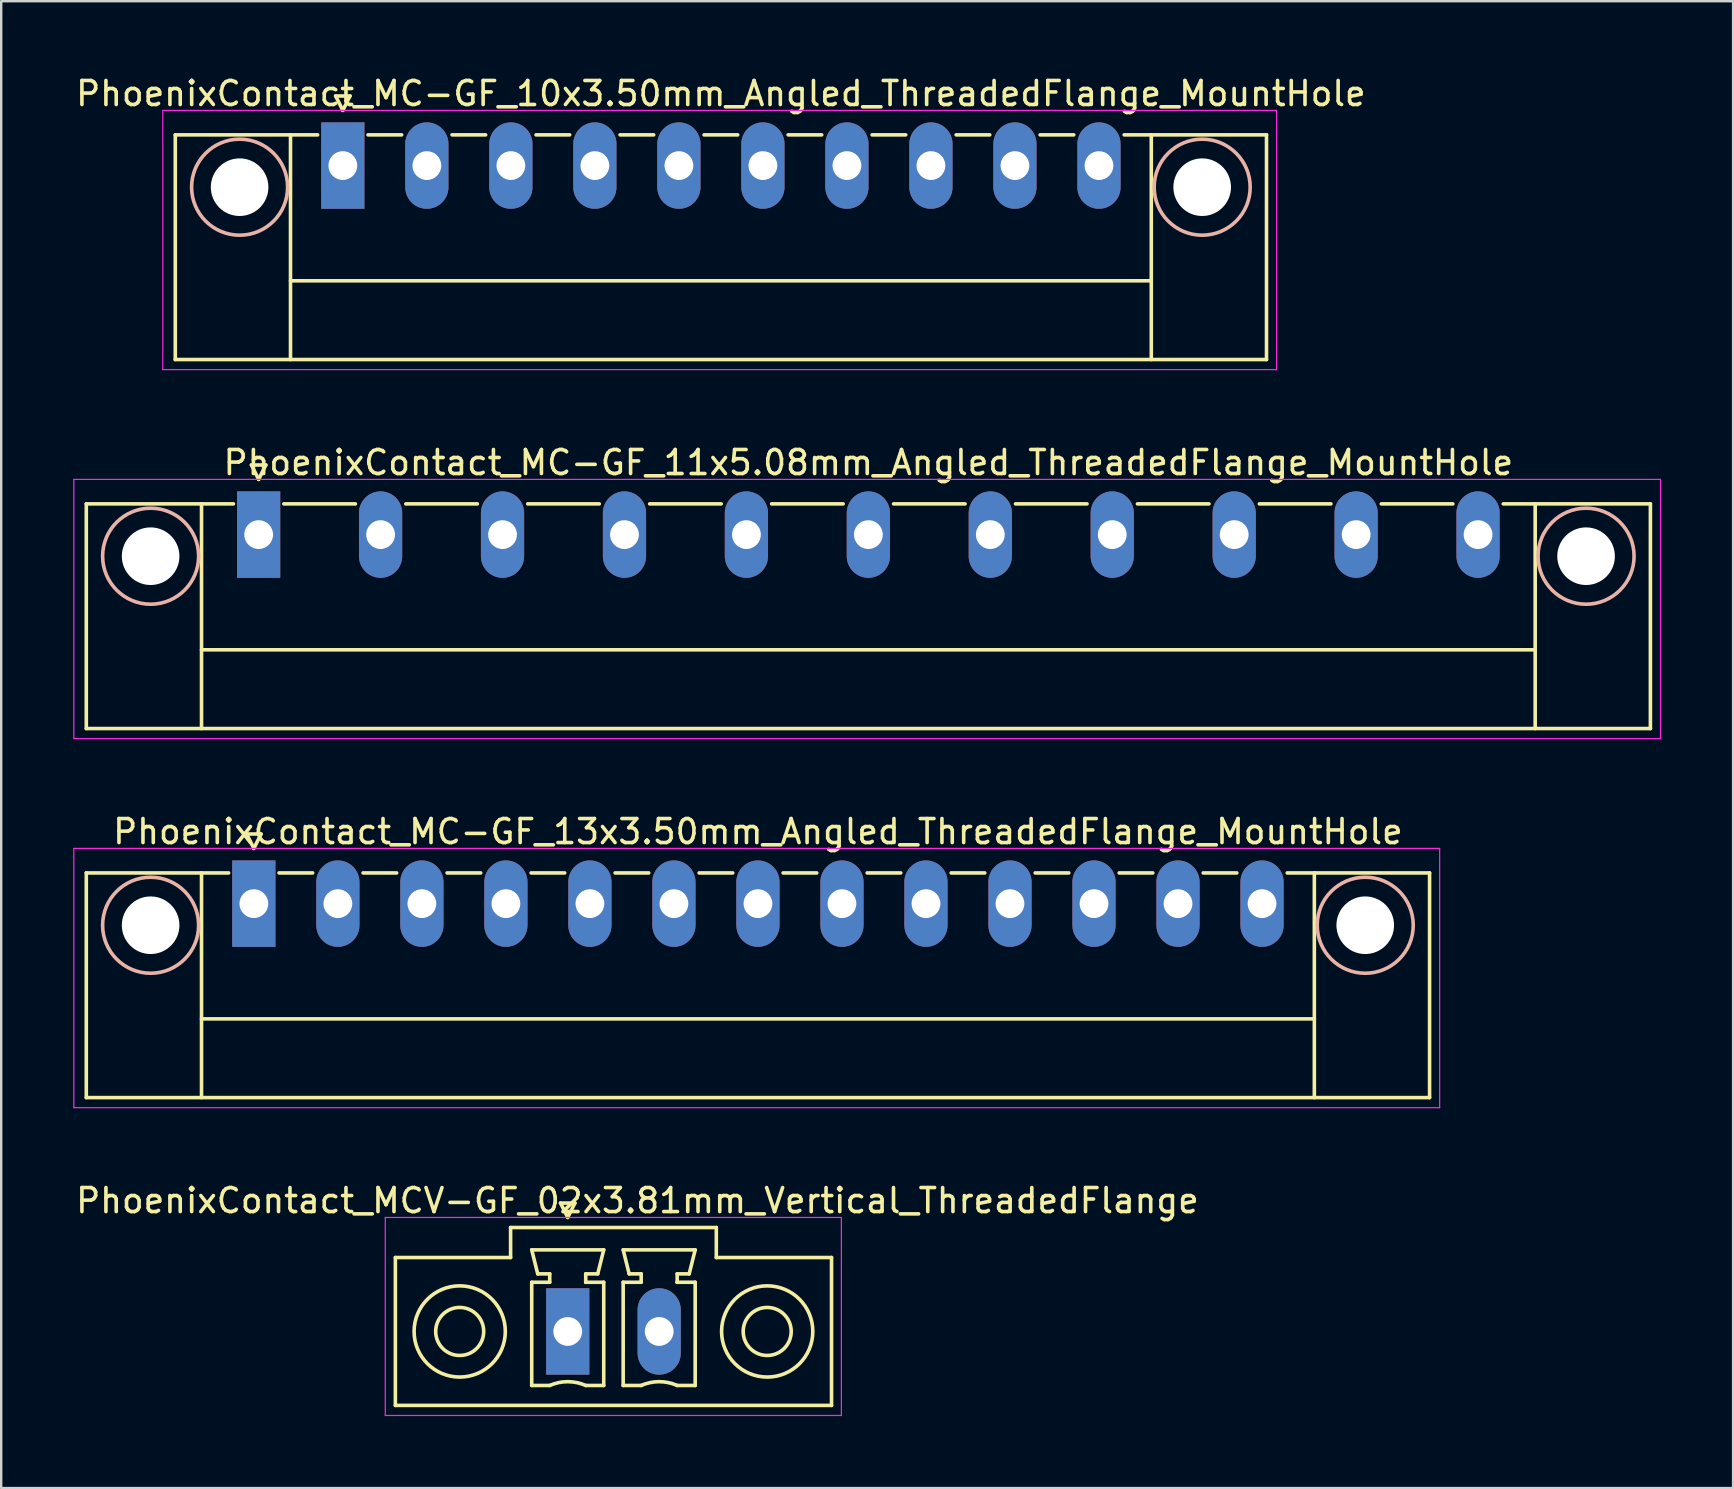
<source format=kicad_pcb>
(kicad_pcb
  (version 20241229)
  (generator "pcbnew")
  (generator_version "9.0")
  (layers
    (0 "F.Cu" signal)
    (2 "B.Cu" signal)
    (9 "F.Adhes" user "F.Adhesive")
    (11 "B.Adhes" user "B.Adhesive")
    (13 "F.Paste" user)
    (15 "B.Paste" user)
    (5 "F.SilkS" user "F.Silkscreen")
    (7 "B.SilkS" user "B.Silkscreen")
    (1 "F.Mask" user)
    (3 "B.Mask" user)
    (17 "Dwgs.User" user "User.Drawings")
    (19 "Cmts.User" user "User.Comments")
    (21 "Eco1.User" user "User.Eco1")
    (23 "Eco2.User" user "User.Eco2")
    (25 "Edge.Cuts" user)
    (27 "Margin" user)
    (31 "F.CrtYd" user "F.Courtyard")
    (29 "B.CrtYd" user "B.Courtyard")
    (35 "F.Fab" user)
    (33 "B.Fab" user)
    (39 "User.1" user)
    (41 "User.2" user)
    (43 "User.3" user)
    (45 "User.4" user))
  (footprint "PhoenixContact_MCV-GF_02x3.81mm_Vertical_ThreadedFlange"
    (layer "F.Cu")
    (at 20.601 52.418)
    (property "Reference" "PhoenixContact_MCV-GF_02x3.81mm_Vertical_ThreadedFlange" (at 2.905 -5.45 0) (layer "F.SilkS") (effects (font (size 1 1) (thickness 0.15))))
    (attr through_hole)
    (fp_line (start -7.18 -3.08) (end -7.18 3.08) (stroke (width 0.15) (type solid)) (layer "F.SilkS"))
    (fp_line (start -7.18 3.08) (end 10.99 3.08) (stroke (width 0.15) (type solid)) (layer "F.SilkS"))
    (fp_line (start -2.38 -4.33) (end -2.38 -3.08) (stroke (width 0.15) (type solid)) (layer "F.SilkS"))
    (fp_line (start -2.38 -3.08) (end -7.18 -3.08) (stroke (width 0.15) (type solid)) (layer "F.SilkS"))
    (fp_line (start -1.5 -3.4) (end 1.5 -3.4) (stroke (width 0.15) (type solid)) (layer "F.SilkS"))
    (fp_line (start -1.5 -2.05) (end -0.75 -2.05) (stroke (width 0.15) (type solid)) (layer "F.SilkS"))
    (fp_line (start -1.5 2.25) (end -1.5 -2.05) (stroke (width 0.15) (type solid)) (layer "F.SilkS"))
    (fp_line (start -1.25 -2.4) (end -1.5 -3.4) (stroke (width 0.15) (type solid)) (layer "F.SilkS"))
    (fp_line (start -0.75 -2.4) (end -1.25 -2.4) (stroke (width 0.15) (type solid)) (layer "F.SilkS"))
    (fp_line (start -0.75 -2.05) (end -0.75 -2.4) (stroke (width 0.15) (type solid)) (layer "F.SilkS"))
    (fp_line (start -0.75 2.25) (end -1.5 2.25) (stroke (width 0.15) (type solid)) (layer "F.SilkS"))
    (fp_line (start -0.3 -5.35) (end 0 -4.75) (stroke (width 0.15) (type solid)) (layer "F.SilkS"))
    (fp_line (start 0 -4.75) (end 0.3 -5.35) (stroke (width 0.15) (type solid)) (layer "F.SilkS"))
    (fp_line (start 0.3 -5.35) (end -0.3 -5.35) (stroke (width 0.15) (type solid)) (layer "F.SilkS"))
    (fp_line (start 0.75 -2.4) (end 0.75 -2.05) (stroke (width 0.15) (type solid)) (layer "F.SilkS"))
    (fp_line (start 0.75 -2.05) (end 0.75 -2.05) (stroke (width 0.15) (type solid)) (layer "F.SilkS"))
    (fp_line (start 0.75 -2.05) (end 1.5 -2.05) (stroke (width 0.15) (type solid)) (layer "F.SilkS"))
    (fp_line (start 1.25 -2.4) (end 0.75 -2.4) (stroke (width 0.15) (type solid)) (layer "F.SilkS"))
    (fp_line (start 1.5 -3.4) (end 1.25 -2.4) (stroke (width 0.15) (type solid)) (layer "F.SilkS"))
    (fp_line (start 1.5 -2.05) (end 1.5 2.25) (stroke (width 0.15) (type solid)) (layer "F.SilkS"))
    (fp_line (start 1.5 2.25) (end 0.75 2.25) (stroke (width 0.15) (type solid)) (layer "F.SilkS"))
    (fp_line (start 2.31 -3.4) (end 5.31 -3.4) (stroke (width 0.15) (type solid)) (layer "F.SilkS"))
    (fp_line (start 2.31 -2.05) (end 3.06 -2.05) (stroke (width 0.15) (type solid)) (layer "F.SilkS"))
    (fp_line (start 2.31 2.25) (end 2.31 -2.05) (stroke (width 0.15) (type solid)) (layer "F.SilkS"))
    (fp_line (start 2.56 -2.4) (end 2.31 -3.4) (stroke (width 0.15) (type solid)) (layer "F.SilkS"))
    (fp_line (start 3.06 -2.4) (end 2.56 -2.4) (stroke (width 0.15) (type solid)) (layer "F.SilkS"))
    (fp_line (start 3.06 -2.05) (end 3.06 -2.4) (stroke (width 0.15) (type solid)) (layer "F.SilkS"))
    (fp_line (start 3.06 2.25) (end 2.31 2.25) (stroke (width 0.15) (type solid)) (layer "F.SilkS"))
    (fp_line (start 4.56 -2.4) (end 4.56 -2.05) (stroke (width 0.15) (type solid)) (layer "F.SilkS"))
    (fp_line (start 4.56 -2.05) (end 4.56 -2.05) (stroke (width 0.15) (type solid)) (layer "F.SilkS"))
    (fp_line (start 4.56 -2.05) (end 5.31 -2.05) (stroke (width 0.15) (type solid)) (layer "F.SilkS"))
    (fp_line (start 5.06 -2.4) (end 4.56 -2.4) (stroke (width 0.15) (type solid)) (layer "F.SilkS"))
    (fp_line (start 5.31 -3.4) (end 5.06 -2.4) (stroke (width 0.15) (type solid)) (layer "F.SilkS"))
    (fp_line (start 5.31 -2.05) (end 5.31 2.25) (stroke (width 0.15) (type solid)) (layer "F.SilkS"))
    (fp_line (start 5.31 2.25) (end 4.56 2.25) (stroke (width 0.15) (type solid)) (layer "F.SilkS"))
    (fp_line (start 6.19 -4.33) (end -2.38 -4.33) (stroke (width 0.15) (type solid)) (layer "F.SilkS"))
    (fp_line (start 6.19 -3.08) (end 6.19 -4.33) (stroke (width 0.15) (type solid)) (layer "F.SilkS"))
    (fp_line (start 10.99 -3.08) (end 6.19 -3.08) (stroke (width 0.15) (type solid)) (layer "F.SilkS"))
    (fp_line (start 10.99 3.08) (end 10.99 -3.08) (stroke (width 0.15) (type solid)) (layer "F.SilkS"))
    (fp_arc (start -0.75 2.25) (mid -0.000193 2.09191) (end 0.749647 2.249844) (stroke (width 0.15) (type solid)) (layer "F.SilkS"))
    (fp_arc (start 3.06 2.25) (mid 3.809807 2.09191) (end 4.559647 2.249844) (stroke (width 0.15) (type solid)) (layer "F.SilkS"))
    (fp_circle (center -4.5 0) (end -3.5 0) (stroke (width 0.15) (type solid)) (fill no) (layer "F.SilkS"))
    (fp_circle (center -4.5 0) (end -2.6 0) (stroke (width 0.15) (type solid)) (fill no) (layer "F.SilkS"))
    (fp_circle (center 8.31 0) (end 9.31 0) (stroke (width 0.15) (type solid)) (fill no) (layer "F.SilkS"))
    (fp_circle (center 8.31 0) (end 10.21 0) (stroke (width 0.15) (type solid)) (fill no) (layer "F.SilkS"))
    (fp_line (start -7.6 -4.75) (end -7.6 3.5) (stroke (width 0.05) (type solid)) (layer "F.CrtYd"))
    (fp_line (start -7.6 3.5) (end 11.4 3.5) (stroke (width 0.05) (type solid)) (layer "F.CrtYd"))
    (fp_line (start 11.4 -4.75) (end -7.6 -4.75) (stroke (width 0.05) (type solid)) (layer "F.CrtYd"))
    (fp_line (start 11.4 3.5) (end 11.4 -4.75) (stroke (width 0.05) (type solid)) (layer "F.CrtYd"))
    (pad "1" thru_hole rect (at 0 0) (size 1.8 3.6) (drill 1.2) (layers "*.Cu" "*.Mask"))
    (pad "2" thru_hole oval (at 3.81 0) (size 1.8 3.6) (drill 1.2) (layers "*.Cu" "*.Mask")))
  (footprint "PhoenixContact_MC-GF_10x3.50mm_Angled_ThreadedFlange_MountHole"
    (layer "F.Cu")
    (at 11.232 3.848)
    (property "Reference" "PhoenixContact_MC-GF_10x3.50mm_Angled_ThreadedFlange_MountHole" (at 15.75 -3 0) (layer "F.SilkS") (effects (font (size 1 1) (thickness 0.15))))
    (attr through_hole)
    (fp_line (start -6.98 -1.28) (end -6.98 8.08) (stroke (width 0.15) (type solid)) (layer "F.SilkS"))
    (fp_line (start -6.98 -1.28) (end -1.05 -1.28) (stroke (width 0.15) (type solid)) (layer "F.SilkS"))
    (fp_line (start -6.98 8.08) (end 38.48 8.08) (stroke (width 0.15) (type solid)) (layer "F.SilkS"))
    (fp_line (start -2.18 -1.28) (end -2.18 8.08) (stroke (width 0.15) (type solid)) (layer "F.SilkS"))
    (fp_line (start -2.18 4.8) (end 33.68 4.8) (stroke (width 0.15) (type solid)) (layer "F.SilkS"))
    (fp_line (start -0.3 -2.9) (end 0 -2.3) (stroke (width 0.15) (type solid)) (layer "F.SilkS"))
    (fp_line (start 0 -2.3) (end 0.3 -2.9) (stroke (width 0.15) (type solid)) (layer "F.SilkS"))
    (fp_line (start 0.3 -2.9) (end -0.3 -2.9) (stroke (width 0.15) (type solid)) (layer "F.SilkS"))
    (fp_line (start 1.05 -1.28) (end 2.45 -1.28) (stroke (width 0.15) (type solid)) (layer "F.SilkS"))
    (fp_line (start 4.55 -1.28) (end 5.95 -1.28) (stroke (width 0.15) (type solid)) (layer "F.SilkS"))
    (fp_line (start 8.05 -1.28) (end 9.45 -1.28) (stroke (width 0.15) (type solid)) (layer "F.SilkS"))
    (fp_line (start 11.55 -1.28) (end 12.95 -1.28) (stroke (width 0.15) (type solid)) (layer "F.SilkS"))
    (fp_line (start 15.05 -1.28) (end 16.45 -1.28) (stroke (width 0.15) (type solid)) (layer "F.SilkS"))
    (fp_line (start 18.55 -1.28) (end 19.95 -1.28) (stroke (width 0.15) (type solid)) (layer "F.SilkS"))
    (fp_line (start 22.05 -1.28) (end 23.45 -1.28) (stroke (width 0.15) (type solid)) (layer "F.SilkS"))
    (fp_line (start 25.55 -1.28) (end 26.95 -1.28) (stroke (width 0.15) (type solid)) (layer "F.SilkS"))
    (fp_line (start 29.05 -1.28) (end 30.45 -1.28) (stroke (width 0.15) (type solid)) (layer "F.SilkS"))
    (fp_line (start 33.68 -1.28) (end 33.68 8.08) (stroke (width 0.15) (type solid)) (layer "F.SilkS"))
    (fp_line (start 38.48 -1.28) (end 32.55 -1.28) (stroke (width 0.15) (type solid)) (layer "F.SilkS"))
    (fp_line (start 38.48 8.08) (end 38.48 -1.28) (stroke (width 0.15) (type solid)) (layer "F.SilkS"))
    (fp_circle (center -4.3 0.9) (end -2.3 0.9) (stroke (width 0.15) (type solid)) (fill no) (layer "B.SilkS"))
    (fp_circle (center 35.8 0.9) (end 37.8 0.9) (stroke (width 0.15) (type solid)) (fill no) (layer "B.SilkS"))
    (fp_line (start -7.5 -2.3) (end -7.5 8.5) (stroke (width 0.05) (type solid)) (layer "F.CrtYd"))
    (fp_line (start -7.5 8.5) (end 38.9 8.5) (stroke (width 0.05) (type solid)) (layer "F.CrtYd"))
    (fp_line (start 38.9 -2.3) (end -7.5 -2.3) (stroke (width 0.05) (type solid)) (layer "F.CrtYd"))
    (fp_line (start 38.9 8.5) (end 38.9 -2.3) (stroke (width 0.05) (type solid)) (layer "F.CrtYd"))
    (pad "" np_thru_hole circle (at -4.3 0.9) (size 2.4 2.4) (drill 2.4) (layers "*.Cu" "*.Mask"))
    (pad "" np_thru_hole circle (at 35.8 0.9) (size 2.4 2.4) (drill 2.4) (layers "*.Cu" "*.Mask"))
    (pad "1" thru_hole rect (at 0 0) (size 1.8 3.6) (drill 1.2) (layers "*.Cu" "*.Mask"))
    (pad "2" thru_hole oval (at 3.5 0) (size 1.8 3.6) (drill 1.2) (layers "*.Cu" "*.Mask"))
    (pad "3" thru_hole oval (at 7 0) (size 1.8 3.6) (drill 1.2) (layers "*.Cu" "*.Mask"))
    (pad "4" thru_hole oval (at 10.5 0) (size 1.8 3.6) (drill 1.2) (layers "*.Cu" "*.Mask"))
    (pad "5" thru_hole oval (at 14 0) (size 1.8 3.6) (drill 1.2) (layers "*.Cu" "*.Mask"))
    (pad "6" thru_hole oval (at 17.5 0) (size 1.8 3.6) (drill 1.2) (layers "*.Cu" "*.Mask"))
    (pad "7" thru_hole oval (at 21 0) (size 1.8 3.6) (drill 1.2) (layers "*.Cu" "*.Mask"))
    (pad "8" thru_hole oval (at 24.5 0) (size 1.8 3.6) (drill 1.2) (layers "*.Cu" "*.Mask"))
    (pad "9" thru_hole oval (at 28 0) (size 1.8 3.6) (drill 1.2) (layers "*.Cu" "*.Mask"))
    (pad "10" thru_hole oval (at 31.5 0) (size 1.8 3.6) (drill 1.2) (layers "*.Cu" "*.Mask")))
  (footprint "PhoenixContact_MC-GF_13x3.50mm_Angled_ThreadedFlange_MountHole"
    (layer "F.Cu")
    (at 7.525 34.595)
    (property "Reference" "PhoenixContact_MC-GF_13x3.50mm_Angled_ThreadedFlange_MountHole" (at 21 -3 0) (layer "F.SilkS") (effects (font (size 1 1) (thickness 0.15))))
    (attr through_hole)
    (fp_line (start -6.98 -1.28) (end -6.98 8.08) (stroke (width 0.15) (type solid)) (layer "F.SilkS"))
    (fp_line (start -6.98 -1.28) (end -1.05 -1.28) (stroke (width 0.15) (type solid)) (layer "F.SilkS"))
    (fp_line (start -6.98 8.08) (end 48.98 8.08) (stroke (width 0.15) (type solid)) (layer "F.SilkS"))
    (fp_line (start -2.18 -1.28) (end -2.18 8.08) (stroke (width 0.15) (type solid)) (layer "F.SilkS"))
    (fp_line (start -2.18 4.8) (end 44.18 4.8) (stroke (width 0.15) (type solid)) (layer "F.SilkS"))
    (fp_line (start -0.3 -2.9) (end 0 -2.3) (stroke (width 0.15) (type solid)) (layer "F.SilkS"))
    (fp_line (start 0 -2.3) (end 0.3 -2.9) (stroke (width 0.15) (type solid)) (layer "F.SilkS"))
    (fp_line (start 0.3 -2.9) (end -0.3 -2.9) (stroke (width 0.15) (type solid)) (layer "F.SilkS"))
    (fp_line (start 1.05 -1.28) (end 2.45 -1.28) (stroke (width 0.15) (type solid)) (layer "F.SilkS"))
    (fp_line (start 4.55 -1.28) (end 5.95 -1.28) (stroke (width 0.15) (type solid)) (layer "F.SilkS"))
    (fp_line (start 8.05 -1.28) (end 9.45 -1.28) (stroke (width 0.15) (type solid)) (layer "F.SilkS"))
    (fp_line (start 11.55 -1.28) (end 12.95 -1.28) (stroke (width 0.15) (type solid)) (layer "F.SilkS"))
    (fp_line (start 15.05 -1.28) (end 16.45 -1.28) (stroke (width 0.15) (type solid)) (layer "F.SilkS"))
    (fp_line (start 18.55 -1.28) (end 19.95 -1.28) (stroke (width 0.15) (type solid)) (layer "F.SilkS"))
    (fp_line (start 22.05 -1.28) (end 23.45 -1.28) (stroke (width 0.15) (type solid)) (layer "F.SilkS"))
    (fp_line (start 25.55 -1.28) (end 26.95 -1.28) (stroke (width 0.15) (type solid)) (layer "F.SilkS"))
    (fp_line (start 29.05 -1.28) (end 30.45 -1.28) (stroke (width 0.15) (type solid)) (layer "F.SilkS"))
    (fp_line (start 32.55 -1.28) (end 33.95 -1.28) (stroke (width 0.15) (type solid)) (layer "F.SilkS"))
    (fp_line (start 36.05 -1.28) (end 37.45 -1.28) (stroke (width 0.15) (type solid)) (layer "F.SilkS"))
    (fp_line (start 39.55 -1.28) (end 40.95 -1.28) (stroke (width 0.15) (type solid)) (layer "F.SilkS"))
    (fp_line (start 44.18 -1.28) (end 44.18 8.08) (stroke (width 0.15) (type solid)) (layer "F.SilkS"))
    (fp_line (start 48.98 -1.28) (end 43.05 -1.28) (stroke (width 0.15) (type solid)) (layer "F.SilkS"))
    (fp_line (start 48.98 8.08) (end 48.98 -1.28) (stroke (width 0.15) (type solid)) (layer "F.SilkS"))
    (fp_circle (center -4.3 0.9) (end -2.3 0.9) (stroke (width 0.15) (type solid)) (fill no) (layer "B.SilkS"))
    (fp_circle (center 46.3 0.9) (end 48.3 0.9) (stroke (width 0.15) (type solid)) (fill no) (layer "B.SilkS"))
    (fp_line (start -7.5 -2.3) (end -7.5 8.5) (stroke (width 0.05) (type solid)) (layer "F.CrtYd"))
    (fp_line (start -7.5 8.5) (end 49.4 8.5) (stroke (width 0.05) (type solid)) (layer "F.CrtYd"))
    (fp_line (start 49.4 -2.3) (end -7.5 -2.3) (stroke (width 0.05) (type solid)) (layer "F.CrtYd"))
    (fp_line (start 49.4 8.5) (end 49.4 -2.3) (stroke (width 0.05) (type solid)) (layer "F.CrtYd"))
    (pad "" np_thru_hole circle (at -4.3 0.9) (size 2.4 2.4) (drill 2.4) (layers "*.Cu" "*.Mask"))
    (pad "" np_thru_hole circle (at 46.3 0.9) (size 2.4 2.4) (drill 2.4) (layers "*.Cu" "*.Mask"))
    (pad "1" thru_hole rect (at 0 0) (size 1.8 3.6) (drill 1.2) (layers "*.Cu" "*.Mask"))
    (pad "2" thru_hole oval (at 3.5 0) (size 1.8 3.6) (drill 1.2) (layers "*.Cu" "*.Mask"))
    (pad "3" thru_hole oval (at 7 0) (size 1.8 3.6) (drill 1.2) (layers "*.Cu" "*.Mask"))
    (pad "4" thru_hole oval (at 10.5 0) (size 1.8 3.6) (drill 1.2) (layers "*.Cu" "*.Mask"))
    (pad "5" thru_hole oval (at 14 0) (size 1.8 3.6) (drill 1.2) (layers "*.Cu" "*.Mask"))
    (pad "6" thru_hole oval (at 17.5 0) (size 1.8 3.6) (drill 1.2) (layers "*.Cu" "*.Mask"))
    (pad "7" thru_hole oval (at 21 0) (size 1.8 3.6) (drill 1.2) (layers "*.Cu" "*.Mask"))
    (pad "8" thru_hole oval (at 24.5 0) (size 1.8 3.6) (drill 1.2) (layers "*.Cu" "*.Mask"))
    (pad "9" thru_hole oval (at 28 0) (size 1.8 3.6) (drill 1.2) (layers "*.Cu" "*.Mask"))
    (pad "10" thru_hole oval (at 31.5 0) (size 1.8 3.6) (drill 1.2) (layers "*.Cu" "*.Mask"))
    (pad "11" thru_hole oval (at 35 0) (size 1.8 3.6) (drill 1.2) (layers "*.Cu" "*.Mask"))
    (pad "12" thru_hole oval (at 38.5 0) (size 1.8 3.6) (drill 1.2) (layers "*.Cu" "*.Mask"))
    (pad "13" thru_hole oval (at 42 0) (size 1.8 3.6) (drill 1.2) (layers "*.Cu" "*.Mask")))
  (footprint "PhoenixContact_MC-GF_11x5.08mm_Angled_ThreadedFlange_MountHole"
    (layer "F.Cu")
    (at 7.725 19.221)
    (property "Reference" "PhoenixContact_MC-GF_11x5.08mm_Angled_ThreadedFlange_MountHole" (at 25.4 -3 0) (layer "F.SilkS") (effects (font (size 1 1) (thickness 0.15))))
    (attr through_hole)
    (fp_line (start -7.18 -1.28) (end -7.18 8.08) (stroke (width 0.15) (type solid)) (layer "F.SilkS"))
    (fp_line (start -7.18 -1.28) (end -1.05 -1.28) (stroke (width 0.15) (type solid)) (layer "F.SilkS"))
    (fp_line (start -7.18 8.08) (end 57.98 8.08) (stroke (width 0.15) (type solid)) (layer "F.SilkS"))
    (fp_line (start -2.38 -1.28) (end -2.38 8.08) (stroke (width 0.15) (type solid)) (layer "F.SilkS"))
    (fp_line (start -2.38 4.8) (end 53.18 4.8) (stroke (width 0.15) (type solid)) (layer "F.SilkS"))
    (fp_line (start -0.3 -2.9) (end 0 -2.3) (stroke (width 0.15) (type solid)) (layer "F.SilkS"))
    (fp_line (start 0 -2.3) (end 0.3 -2.9) (stroke (width 0.15) (type solid)) (layer "F.SilkS"))
    (fp_line (start 0.3 -2.9) (end -0.3 -2.9) (stroke (width 0.15) (type solid)) (layer "F.SilkS"))
    (fp_line (start 1.05 -1.28) (end 4.03 -1.28) (stroke (width 0.15) (type solid)) (layer "F.SilkS"))
    (fp_line (start 6.13 -1.28) (end 9.11 -1.28) (stroke (width 0.15) (type solid)) (layer "F.SilkS"))
    (fp_line (start 11.21 -1.28) (end 14.19 -1.28) (stroke (width 0.15) (type solid)) (layer "F.SilkS"))
    (fp_line (start 16.29 -1.28) (end 19.27 -1.28) (stroke (width 0.15) (type solid)) (layer "F.SilkS"))
    (fp_line (start 21.37 -1.28) (end 24.35 -1.28) (stroke (width 0.15) (type solid)) (layer "F.SilkS"))
    (fp_line (start 26.45 -1.28) (end 29.43 -1.28) (stroke (width 0.15) (type solid)) (layer "F.SilkS"))
    (fp_line (start 31.53 -1.28) (end 34.51 -1.28) (stroke (width 0.15) (type solid)) (layer "F.SilkS"))
    (fp_line (start 36.61 -1.28) (end 39.59 -1.28) (stroke (width 0.15) (type solid)) (layer "F.SilkS"))
    (fp_line (start 41.69 -1.28) (end 44.67 -1.28) (stroke (width 0.15) (type solid)) (layer "F.SilkS"))
    (fp_line (start 46.77 -1.28) (end 49.75 -1.28) (stroke (width 0.15) (type solid)) (layer "F.SilkS"))
    (fp_line (start 53.18 -1.28) (end 53.18 8.08) (stroke (width 0.15) (type solid)) (layer "F.SilkS"))
    (fp_line (start 57.98 -1.28) (end 51.85 -1.28) (stroke (width 0.15) (type solid)) (layer "F.SilkS"))
    (fp_line (start 57.98 8.08) (end 57.98 -1.28) (stroke (width 0.15) (type solid)) (layer "F.SilkS"))
    (fp_circle (center -4.5 0.9) (end -2.5 0.9) (stroke (width 0.15) (type solid)) (fill no) (layer "B.SilkS"))
    (fp_circle (center 55.3 0.9) (end 57.3 0.9) (stroke (width 0.15) (type solid)) (fill no) (layer "B.SilkS"))
    (fp_line (start -7.7 -2.3) (end -7.7 8.5) (stroke (width 0.05) (type solid)) (layer "F.CrtYd"))
    (fp_line (start -7.7 8.5) (end 58.4 8.5) (stroke (width 0.05) (type solid)) (layer "F.CrtYd"))
    (fp_line (start 58.4 -2.3) (end -7.7 -2.3) (stroke (width 0.05) (type solid)) (layer "F.CrtYd"))
    (fp_line (start 58.4 8.5) (end 58.4 -2.3) (stroke (width 0.05) (type solid)) (layer "F.CrtYd"))
    (pad "" np_thru_hole circle (at -4.5 0.9) (size 2.4 2.4) (drill 2.4) (layers "*.Cu" "*.Mask"))
    (pad "" np_thru_hole circle (at 55.3 0.9) (size 2.4 2.4) (drill 2.4) (layers "*.Cu" "*.Mask"))
    (pad "1" thru_hole rect (at 0 0) (size 1.8 3.6) (drill 1.2) (layers "*.Cu" "*.Mask"))
    (pad "2" thru_hole oval (at 5.08 0) (size 1.8 3.6) (drill 1.2) (layers "*.Cu" "*.Mask"))
    (pad "3" thru_hole oval (at 10.16 0) (size 1.8 3.6) (drill 1.2) (layers "*.Cu" "*.Mask"))
    (pad "4" thru_hole oval (at 15.24 0) (size 1.8 3.6) (drill 1.2) (layers "*.Cu" "*.Mask"))
    (pad "5" thru_hole oval (at 20.32 0) (size 1.8 3.6) (drill 1.2) (layers "*.Cu" "*.Mask"))
    (pad "6" thru_hole oval (at 25.4 0) (size 1.8 3.6) (drill 1.2) (layers "*.Cu" "*.Mask"))
    (pad "7" thru_hole oval (at 30.48 0) (size 1.8 3.6) (drill 1.2) (layers "*.Cu" "*.Mask"))
    (pad "8" thru_hole oval (at 35.56 0) (size 1.8 3.6) (drill 1.2) (layers "*.Cu" "*.Mask"))
    (pad "9" thru_hole oval (at 40.64 0) (size 1.8 3.6) (drill 1.2) (layers "*.Cu" "*.Mask"))
    (pad "10" thru_hole oval (at 45.72 0) (size 1.8 3.6) (drill 1.2) (layers "*.Cu" "*.Mask"))
    (pad "11" thru_hole oval (at 50.8 0) (size 1.8 3.6) (drill 1.2) (layers "*.Cu" "*.Mask")))
  (gr_rect
    (start -3 -3)
    (end 69.15 58.943)
    (stroke (width 0.1) (type default))
    (fill no)
    (layer "Edge.Cuts")))
</source>
